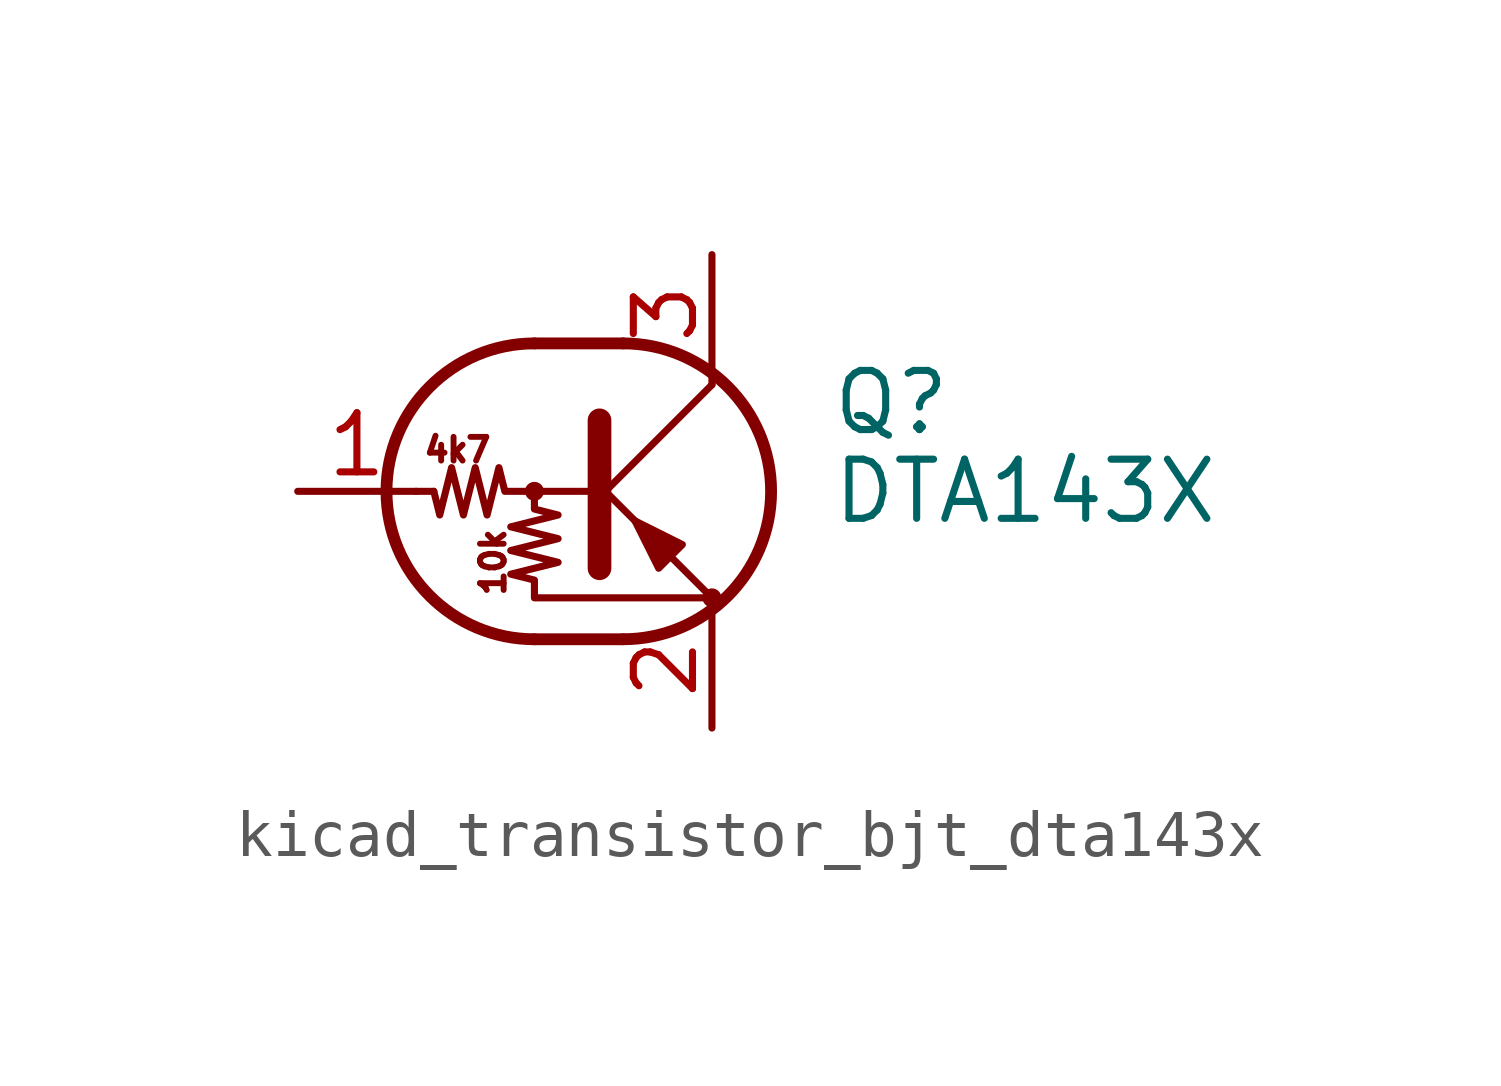
<source format=kicad_sym>
(kicad_symbol_lib
  (version 20220914)
  (generator kicad_symbol_editor)
  (symbol "kicad_transistor_bjt_dta143x"
    (pin_names
      (offset 0) hide)
    (property "Reference" "Q"
      (at 5.08 1.905 0)
      (effects (font (size 1.27 1.27)) (justify left)))
    (property "Value" "DTA143X"
      (at 5.08 0 0)
      (effects (font (size 1.27 1.27)) (justify left)))
    (symbol "kicad_transistor_bjt_dta143x_0_0"
      (text "10k" (at -2.159 -1.524 900) (effects (font (size 0.508 0.508))))
      (text "4k7" (at -2.921 0.889 0) (effects (font (size 0.508 0.508)))))
    (symbol "kicad_transistor_bjt_dta143x_0_1"
      (circle (center -1.27 0) (radius 0.127) (stroke (width 0) (type default)) (fill (type none)))
      (arc (start -1.27 3.175) (mid -4.4312 0) (end -1.27 -3.175) (stroke (width 0.254) (type default)) (fill (type none)))
      (polyline (pts (xy -3.429 0) (xy -3.81 0)) (stroke (width 0) (type default)) (fill (type none)))
      (polyline (pts (xy -1.27 -3.175) (xy 0.635 -3.175)) (stroke (width 0.254) (type default)) (fill (type none)))
      (polyline (pts (xy -1.27 3.175) (xy 0.635 3.175)) (stroke (width 0.254) (type default)) (fill (type none)))
      (polyline (pts (xy 0 -0.254) (xy 2.54 2.286)) (stroke (width 0) (type default)) (fill (type none)))
      (polyline (pts (xy 0.127 1.524) (xy 0.127 -1.651)) (stroke (width 0.508) (type default)) (fill (type outline)))
      (polyline (pts (xy 2.54 2.286) (xy 2.54 2.54)) (stroke (width 0) (type default)) (fill (type none)))
      (polyline (pts (xy 2.54 -2.286) (xy 0 0.254) (xy 0 0.254)) (stroke (width 0) (type default)) (fill (type none)))
      (polyline (pts (xy 1.397 -1.651) (xy 1.905 -1.143) (xy 0.889 -0.635) (xy 1.397 -1.651)) (stroke (width 0) (type default)) (fill (type outline)))
      (polyline (pts (xy 0 0) (xy -1.905 0) (xy -2.032 0.508) (xy -2.286 -0.508) (xy -2.54 0.508) (xy -2.794 -0.508) (xy -3.048 0.508) (xy -3.302 -0.508) (xy -3.429 0)) (stroke (width 0) (type default)) (fill (type none)))
      (polyline (pts (xy -1.27 0) (xy -1.27 -0.381) (xy -0.762 -0.508) (xy -1.778 -0.762) (xy -0.762 -1.016) (xy -1.778 -1.27) (xy -0.762 -1.524) (xy -1.778 -1.778) (xy -1.27 -1.905) (xy -1.27 -2.286) (xy 2.54 -2.286)) (stroke (width 0) (type default)) (fill (type none)))
      (arc (start 0.635 -3.175) (mid 3.7962 0) (end 0.635 3.175) (stroke (width 0.254) (type default)) (fill (type none)))
      (circle (center 2.54 -2.286) (radius 0.127) (stroke (width 0) (type default)) (fill (type none))))
    (symbol "kicad_transistor_bjt_dta143x_1_1"
      (pin input line (at -6.35 0 0) (length 2.54) (name "B" (effects (font (size 1.27 1.27)))) (number "1" (effects (font (size 1.27 1.27)))))
      (pin passive line (at 2.54 -5.08 90) (length 2.54) (name "E" (effects (font (size 1.27 1.27)))) (number "2" (effects (font (size 1.27 1.27)))))
      (pin passive line (at 2.54 5.08 270) (length 2.54) (name "C" (effects (font (size 1.27 1.27)))) (number "3" (effects (font (size 1.27 1.27))))))))
</source>
